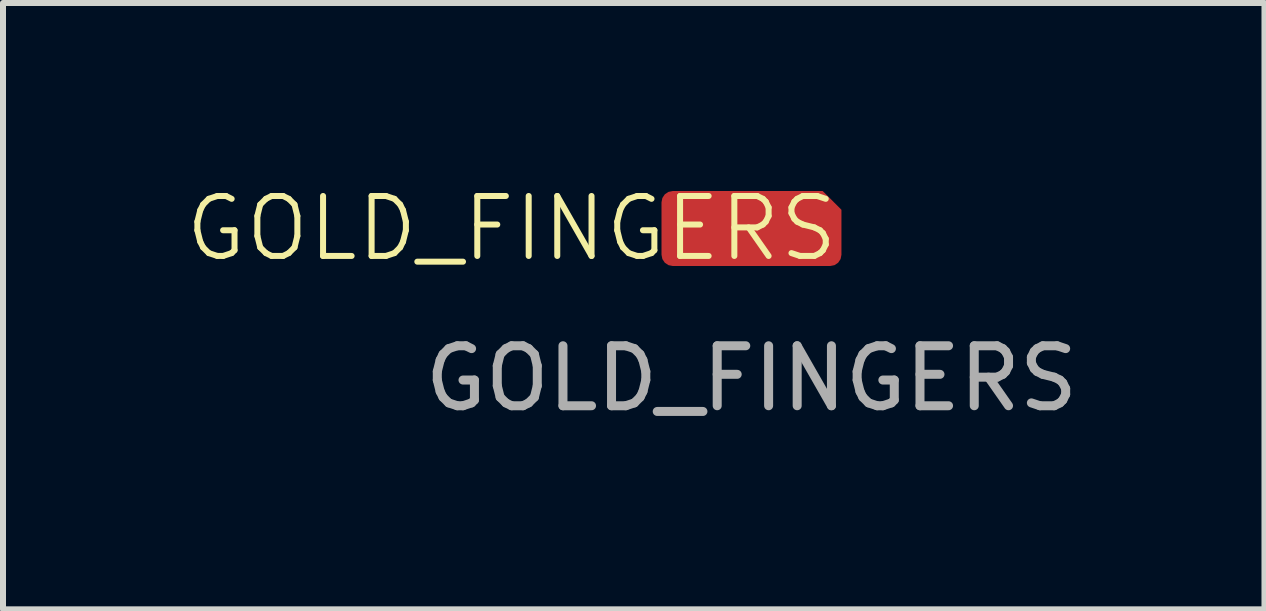
<source format=kicad_pcb>
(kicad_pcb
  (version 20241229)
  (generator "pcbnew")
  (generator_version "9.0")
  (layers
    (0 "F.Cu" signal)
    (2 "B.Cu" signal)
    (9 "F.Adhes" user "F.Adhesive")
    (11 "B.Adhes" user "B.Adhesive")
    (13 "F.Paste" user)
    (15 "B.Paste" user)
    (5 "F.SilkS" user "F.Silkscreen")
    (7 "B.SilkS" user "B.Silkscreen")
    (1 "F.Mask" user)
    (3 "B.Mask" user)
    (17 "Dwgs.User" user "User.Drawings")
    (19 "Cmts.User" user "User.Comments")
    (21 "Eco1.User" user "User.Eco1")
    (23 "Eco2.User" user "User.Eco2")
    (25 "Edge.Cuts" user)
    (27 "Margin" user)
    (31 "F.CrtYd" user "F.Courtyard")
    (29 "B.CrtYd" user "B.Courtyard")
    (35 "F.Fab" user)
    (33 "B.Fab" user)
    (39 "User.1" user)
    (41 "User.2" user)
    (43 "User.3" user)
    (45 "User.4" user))
  (footprint "GOLD_FINGERS"
    (layer "F.Cu")
    (at 9.479 0.76)
    (property "Reference" "GOLD_FINGERS" (at -4 0 0) (unlocked yes) (layer "F.SilkS") (effects (font (size 1 1) (thickness 0.1))))
    (attr smd)
    (fp_text user "${REFERENCE}" (at 0 2.5 0) (unlocked yes) (layer "F.Fab") (effects (font (size 1 1) (thickness 0.15))))
    (pad "1" smd roundrect (at 0 0) (size 3 1.25) (property pad_prop_bga) (layers "F.Cu" "F.Mask" "F.Paste") (roundrect_rratio 0.15) (chamfer_ratio 0.25) (chamfer top_right)))
  (gr_rect
    (start -3 -3)
    (end 18.032 7.109)
    (stroke (width 0.1) (type default))
    (fill no)
    (layer "Edge.Cuts")))
</source>
